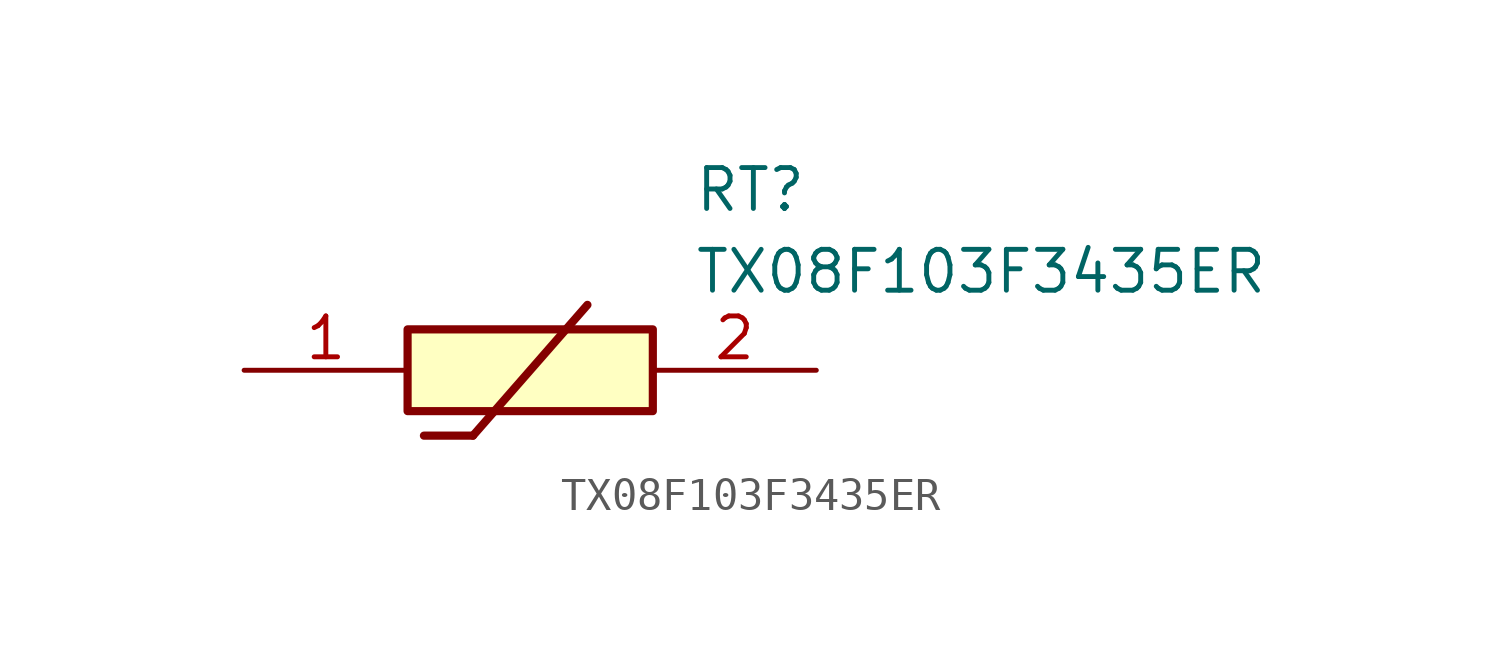
<source format=kicad_sym>
(kicad_symbol_lib
  (version 20211014)
  (generator SamacSys_ECAD_Model)
  (symbol "TX08F103F3435ER"
    (pin_names hide)
    (property "Reference" "RT"
      (at 13.97 6.35 0)
      (effects (font (size 1.27 1.27)) (justify left top)))
    (property "Value" "TX08F103F3435ER"
      (at 13.97 3.81 0)
      (effects (font (size 1.27 1.27)) (justify left top)))
    (rectangle
      (start 5.08 1.27)
      (end 12.7 -1.27)
      (stroke (width 0.254) (type default))
      (fill (type background)))
    (polyline
      (pts (xy 5.588 -2.032) (xy 7.112 -2.032))
      (stroke (width 0.254) (type default))
      (fill (type none)))
    (polyline
      (pts (xy 10.668 2.032) (xy 7.112 -2.032))
      (stroke (width 0.254) (type default))
      (fill (type none)))
    (pin passive line
      (at 0 0 0)
      (length 5.08)
      (name "1" (effects (font (size 1.27 1.27))))
      (number "1" (effects (font (size 1.27 1.27)))))
    (pin passive line
      (at 17.78 0 180)
      (length 5.08)
      (name "2" (effects (font (size 1.27 1.27))))
      (number "2" (effects (font (size 1.27 1.27)))))))
</source>
